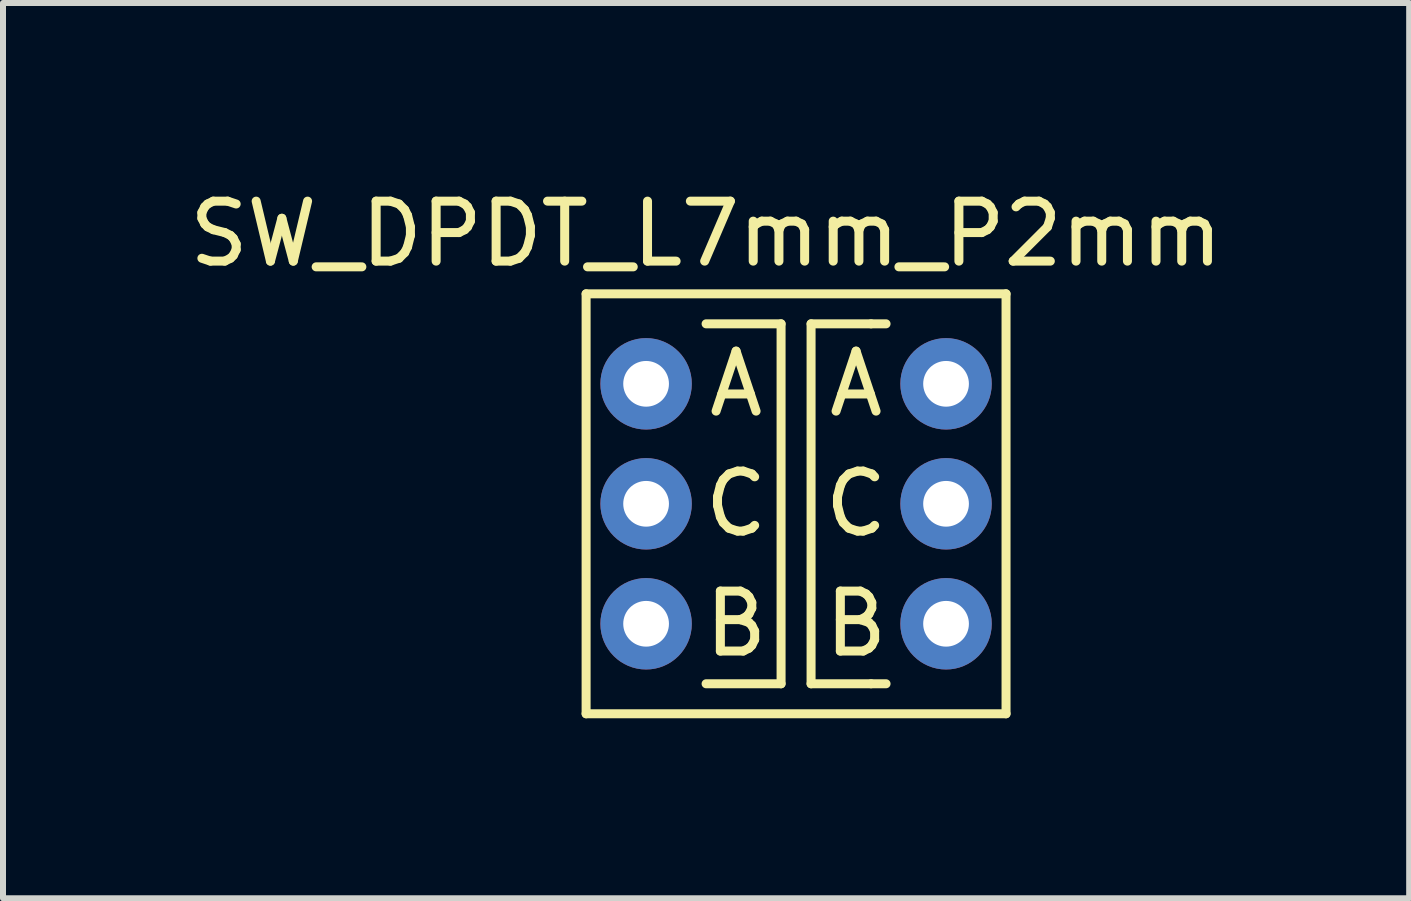
<source format=kicad_pcb>
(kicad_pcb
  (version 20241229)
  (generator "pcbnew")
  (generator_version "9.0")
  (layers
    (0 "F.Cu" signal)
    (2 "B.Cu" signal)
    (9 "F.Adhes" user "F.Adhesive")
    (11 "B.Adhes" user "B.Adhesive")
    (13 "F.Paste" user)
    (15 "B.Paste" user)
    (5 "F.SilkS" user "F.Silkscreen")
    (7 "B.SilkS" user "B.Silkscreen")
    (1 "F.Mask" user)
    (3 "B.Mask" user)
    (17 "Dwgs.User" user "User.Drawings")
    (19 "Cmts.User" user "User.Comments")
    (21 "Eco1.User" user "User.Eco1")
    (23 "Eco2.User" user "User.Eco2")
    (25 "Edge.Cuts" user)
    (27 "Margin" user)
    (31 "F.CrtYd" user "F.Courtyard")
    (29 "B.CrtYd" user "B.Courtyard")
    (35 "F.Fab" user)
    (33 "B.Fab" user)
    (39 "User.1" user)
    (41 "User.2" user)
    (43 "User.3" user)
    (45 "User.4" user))
  (footprint "SW_DPDT_L7mm_P2mm"
    (layer "F.Cu")
    (at 10.22 5.348)
    (property "Reference" "SW_DPDT_L7mm_P2mm" (at -1.5 -4.5 0) (layer "F.SilkS") (effects (font (size 1 1) (thickness 0.15))))
    (attr through_hole)
    (fp_line (start -3.5 -3.5) (end -3.5 3.5) (stroke (width 0.15) (type solid)) (layer "F.SilkS"))
    (fp_line (start -3.5 3.5) (end 3.5 3.5) (stroke (width 0.15) (type solid)) (layer "F.SilkS"))
    (fp_line (start -1.5 -3) (end -0.25 -3) (stroke (width 0.15) (type solid)) (layer "F.SilkS"))
    (fp_line (start -0.25 -3) (end -0.25 3) (stroke (width 0.15) (type solid)) (layer "F.SilkS"))
    (fp_line (start -0.25 3) (end -1.5 3) (stroke (width 0.15) (type solid)) (layer "F.SilkS"))
    (fp_line (start 0.25 -3) (end 0.25 3) (stroke (width 0.15) (type solid)) (layer "F.SilkS"))
    (fp_line (start 0.25 3) (end 1.25 3) (stroke (width 0.15) (type solid)) (layer "F.SilkS"))
    (fp_line (start 1.25 -3) (end 0.25 -3) (stroke (width 0.15) (type solid)) (layer "F.SilkS"))
    (fp_line (start 1.5 -3) (end 1.25 -3) (stroke (width 0.15) (type solid)) (layer "F.SilkS"))
    (fp_line (start 1.5 3) (end 1.25 3) (stroke (width 0.15) (type solid)) (layer "F.SilkS"))
    (fp_line (start 3.5 -3.5) (end -3.5 -3.5) (stroke (width 0.15) (type solid)) (layer "F.SilkS"))
    (fp_line (start 3.5 3.5) (end 3.5 -3.5) (stroke (width 0.15) (type solid)) (layer "F.SilkS"))
    (fp_text user "C" (at -1 0 0) (layer "F.SilkS") (effects (font (size 1 1) (thickness 0.15))))
    (fp_text user "B" (at 1 2 0) (layer "F.SilkS") (effects (font (size 1 1) (thickness 0.15))))
    (fp_text user "A" (at 1 -2 0) (layer "F.SilkS") (effects (font (size 1 1) (thickness 0.15))))
    (fp_text user "A" (at -1 -2 0) (layer "F.SilkS") (effects (font (size 1 1) (thickness 0.15))))
    (fp_text user "C" (at 1 0 0) (layer "F.SilkS") (effects (font (size 1 1) (thickness 0.15))))
    (fp_text user "B" (at -1 2 0) (layer "F.SilkS") (effects (font (size 1 1) (thickness 0.15))))
    (pad "1" thru_hole circle (at -2.5 -2) (size 1.524 1.524) (drill 0.762) (layers "*.Cu" "*.Mask"))
    (pad "2" thru_hole circle (at -2.5 0) (size 1.524 1.524) (drill 0.762) (layers "*.Cu" "*.Mask"))
    (pad "3" thru_hole circle (at -2.5 2) (size 1.524 1.524) (drill 0.762) (layers "*.Cu" "*.Mask"))
    (pad "4" thru_hole circle (at 2.5 -2) (size 1.524 1.524) (drill 0.762) (layers "*.Cu" "*.Mask"))
    (pad "5" thru_hole circle (at 2.5 0) (size 1.524 1.524) (drill 0.762) (layers "*.Cu" "*.Mask"))
    (pad "6" thru_hole circle (at 2.5 2) (size 1.524 1.524) (drill 0.762) (layers "*.Cu" "*.Mask")))
  (gr_rect
    (start -3 -3)
    (end 20.44 11.923)
    (stroke (width 0.1) (type default))
    (fill no)
    (layer "Edge.Cuts")))
</source>
